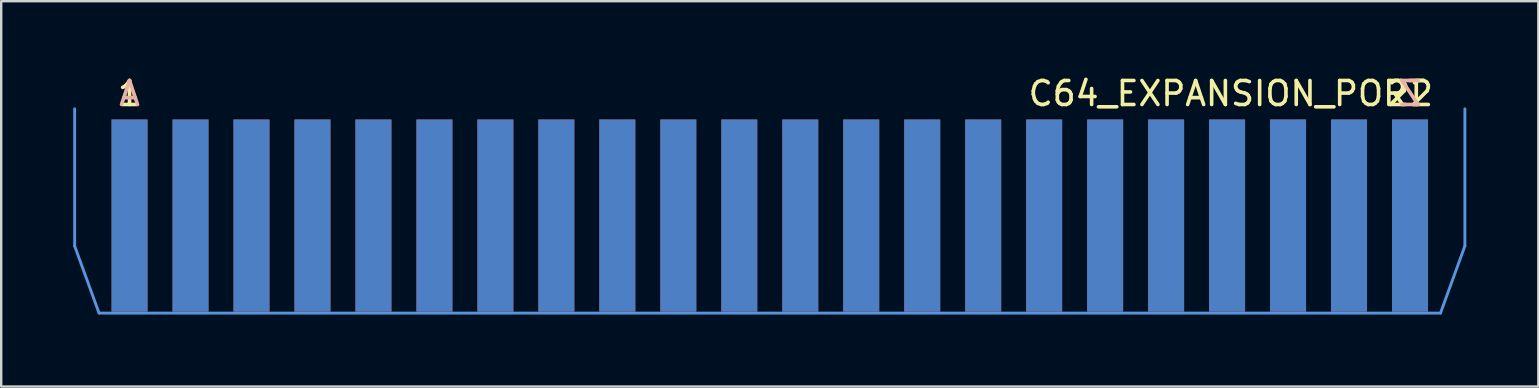
<source format=kicad_pcb>
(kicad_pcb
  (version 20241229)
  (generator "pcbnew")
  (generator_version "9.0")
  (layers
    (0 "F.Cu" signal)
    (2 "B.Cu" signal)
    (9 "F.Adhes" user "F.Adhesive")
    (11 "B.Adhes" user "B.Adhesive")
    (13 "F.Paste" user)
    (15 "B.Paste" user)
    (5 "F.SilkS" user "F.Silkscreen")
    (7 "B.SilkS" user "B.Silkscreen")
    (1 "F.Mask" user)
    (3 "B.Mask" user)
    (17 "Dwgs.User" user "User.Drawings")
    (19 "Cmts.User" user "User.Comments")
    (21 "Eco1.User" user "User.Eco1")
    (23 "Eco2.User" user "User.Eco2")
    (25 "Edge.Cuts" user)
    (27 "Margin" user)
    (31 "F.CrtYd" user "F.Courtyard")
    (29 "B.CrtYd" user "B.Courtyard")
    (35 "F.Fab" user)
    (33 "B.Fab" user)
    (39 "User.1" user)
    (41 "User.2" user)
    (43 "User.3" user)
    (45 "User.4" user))
  (footprint "C64_EXPANSION_PORT"
    (layer "F.Cu")
    (at 29.016 5.928)
    (property "Reference" "C64_EXPANSION_PORT" (at 19.05 -5.08 0) (layer "F.SilkS") (effects (font (size 1 1) (thickness 0.15))))
    (attr through_hole)
    (fp_line (start -28.956 1.27) (end -28.956 -4.445) (stroke (width 0.12) (type solid)) (layer "Cmts.User"))
    (fp_line (start -27.94 4.064) (end -28.956 1.27) (stroke (width 0.12) (type solid)) (layer "Cmts.User"))
    (fp_line (start -27.94 4.064) (end 27.94 4.064) (stroke (width 0.12) (type solid)) (layer "Cmts.User"))
    (fp_line (start 27.94 4.064) (end 28.956 1.27) (stroke (width 0.12) (type solid)) (layer "Cmts.User"))
    (fp_line (start 28.956 -4.445) (end 28.956 1.27) (stroke (width 0.12) (type solid)) (layer "Cmts.User"))
    (fp_text user "22" (at 26.67 -5.08 0) (layer "F.SilkS") (effects (font (size 1 1) (thickness 0.15))))
    (fp_text user "1" (at -26.67 -5.08 0) (layer "F.SilkS") (effects (font (size 1 1) (thickness 0.15))))
    (fp_text user "A" (at -26.67 -5.08 0) (layer "B.SilkS") (effects (font (size 1 1) (thickness 0.15)) (justify mirror)))
    (fp_text user "Z" (at 26.67 -5.08 0) (layer "B.SilkS") (effects (font (size 1 1) (thickness 0.15)) (justify mirror)))
    (pad "1" connect rect (at -26.67 0) (size 1.5 8) (layers "F.Cu" "F.Mask"))
    (pad "2" connect rect (at -24.13 0) (size 1.5 8) (layers "F.Cu" "F.Mask"))
    (pad "3" connect rect (at -21.59 0) (size 1.5 8) (layers "F.Cu" "F.Mask"))
    (pad "4" connect rect (at -19.05 0) (size 1.5 8) (layers "F.Cu" "F.Mask"))
    (pad "5" connect rect (at -16.51 0) (size 1.5 8) (layers "F.Cu" "F.Mask"))
    (pad "6" connect rect (at -13.97 0) (size 1.5 8) (layers "F.Cu" "F.Mask"))
    (pad "7" connect rect (at -11.43 0) (size 1.5 8) (layers "F.Cu" "F.Mask"))
    (pad "8" connect rect (at -8.89 0) (size 1.5 8) (layers "F.Cu" "F.Mask"))
    (pad "9" connect rect (at -6.35 0) (size 1.5 8) (layers "F.Cu" "F.Mask"))
    (pad "10" connect rect (at -3.81 0) (size 1.5 8) (layers "F.Cu" "F.Mask"))
    (pad "11" connect rect (at -1.27 0) (size 1.5 8) (layers "F.Cu" "F.Mask"))
    (pad "12" connect rect (at 1.27 0) (size 1.5 8) (layers "F.Cu" "F.Mask"))
    (pad "13" connect rect (at 3.81 0) (size 1.5 8) (layers "F.Cu" "F.Mask"))
    (pad "14" connect rect (at 6.35 0) (size 1.5 8) (layers "F.Cu" "F.Mask"))
    (pad "15" connect rect (at 8.89 0) (size 1.5 8) (layers "F.Cu" "F.Mask"))
    (pad "16" connect rect (at 11.43 0) (size 1.5 8) (layers "F.Cu" "F.Mask"))
    (pad "17" connect rect (at 13.97 0) (size 1.5 8) (layers "F.Cu" "F.Mask"))
    (pad "18" connect rect (at 16.51 0) (size 1.5 8) (layers "F.Cu" "F.Mask"))
    (pad "19" connect rect (at 19.05 0) (size 1.5 8) (layers "F.Cu" "F.Mask"))
    (pad "20" connect rect (at 21.59 0) (size 1.5 8) (layers "F.Cu" "F.Mask"))
    (pad "21" connect rect (at 24.13 0) (size 1.5 8) (layers "F.Cu" "F.Mask"))
    (pad "22" connect rect (at 26.67 0) (size 1.5 8) (layers "F.Cu" "F.Mask"))
    (pad "A" connect rect (at -26.67 0) (size 1.5 8) (layers "F.Mask" "B.Cu"))
    (pad "B" connect rect (at -24.13 0) (size 1.5 8) (layers "F.Mask" "B.Cu"))
    (pad "C" connect rect (at -21.59 0) (size 1.5 8) (layers "F.Mask" "B.Cu"))
    (pad "D" connect rect (at -19.05 0) (size 1.5 8) (layers "F.Mask" "B.Cu"))
    (pad "E" connect rect (at -16.51 0) (size 1.5 8) (layers "F.Mask" "B.Cu"))
    (pad "F" connect rect (at -13.97 0) (size 1.5 8) (layers "F.Mask" "B.Cu"))
    (pad "H" connect rect (at -11.43 0) (size 1.5 8) (layers "F.Mask" "B.Cu"))
    (pad "J" connect rect (at -8.89 0) (size 1.5 8) (layers "F.Mask" "B.Cu"))
    (pad "K" connect rect (at -6.35 0) (size 1.5 8) (layers "F.Mask" "B.Cu"))
    (pad "L" connect rect (at -3.81 0) (size 1.5 8) (layers "F.Mask" "B.Cu"))
    (pad "M" connect rect (at -1.27 0) (size 1.5 8) (layers "F.Mask" "B.Cu"))
    (pad "N" connect rect (at 1.27 0) (size 1.5 8) (layers "F.Mask" "B.Cu"))
    (pad "P" connect rect (at 3.81 0) (size 1.5 8) (layers "F.Mask" "B.Cu"))
    (pad "R" connect rect (at 6.35 0) (size 1.5 8) (layers "F.Mask" "B.Cu"))
    (pad "S" connect rect (at 8.89 0) (size 1.5 8) (layers "F.Mask" "B.Cu"))
    (pad "T" connect rect (at 11.43 0) (size 1.5 8) (layers "F.Mask" "B.Cu"))
    (pad "U" connect rect (at 13.97 0) (size 1.5 8) (layers "F.Mask" "B.Cu"))
    (pad "V" connect rect (at 16.51 0) (size 1.5 8) (layers "F.Mask" "B.Cu"))
    (pad "W" connect rect (at 19.05 0) (size 1.5 8) (layers "F.Mask" "B.Cu"))
    (pad "X" connect rect (at 21.59 0) (size 1.5 8) (layers "F.Mask" "B.Cu"))
    (pad "Y" connect rect (at 24.13 0) (size 1.5 8) (layers "F.Mask" "B.Cu"))
    (pad "Z" connect rect (at 26.67 0) (size 1.5 8) (layers "F.Mask" "B.Cu")))
  (gr_rect
    (start -3 -3)
    (end 61.032 13.052)
    (stroke (width 0.1) (type default))
    (fill no)
    (layer "Edge.Cuts")))
</source>
